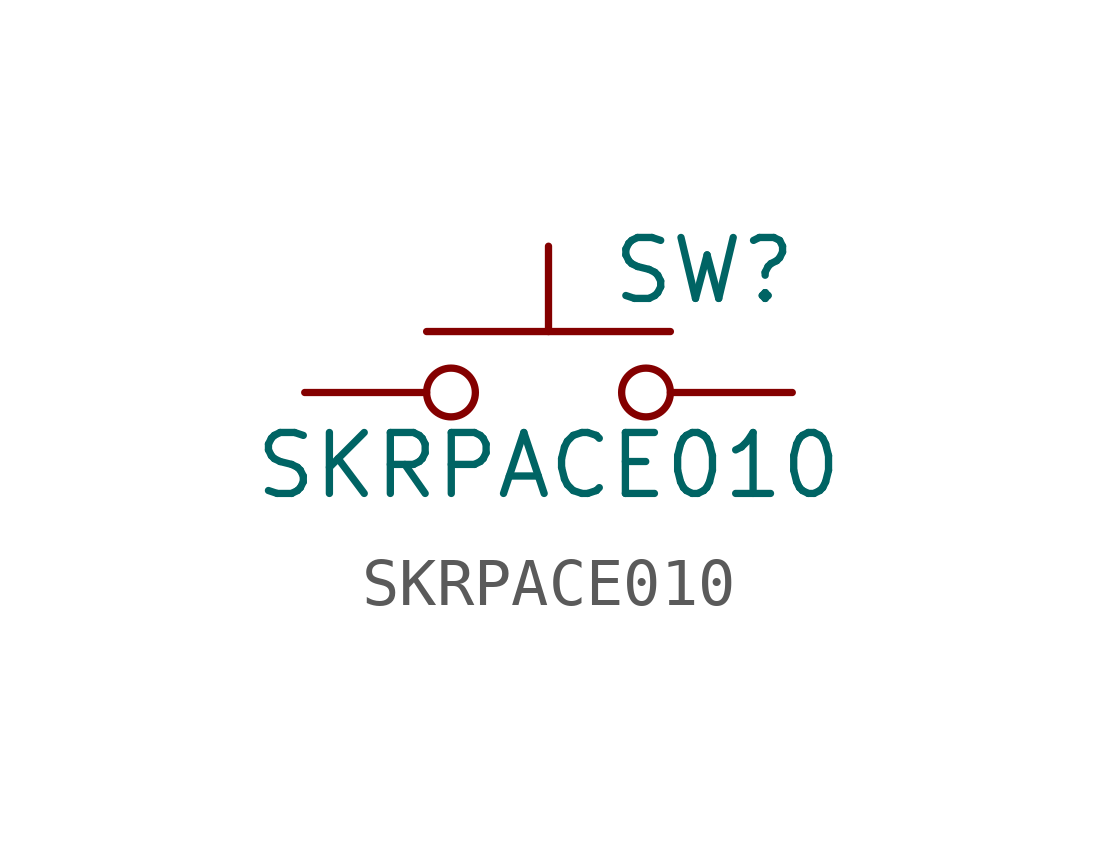
<source format=kicad_sym>
(kicad_symbol_lib
  (version 20241209)
  (generator "kicad_symbol_editor")
  (generator_version "9.0")
  (symbol "SKRPACE010"
    (pin_numbers
      (hide yes))
    (pin_names
      (offset 1.016)
      (hide yes))
    (property "Reference" "SW"
      (at 1.27 2.54 0)
      (effects (font (size 1.27 1.27)) (justify left)))
    (property "Value" "SKRPACE010"
      (at 0 -1.524 0)
      (effects (font (size 1.27 1.27))))
    (symbol "SKRPACE010_0_1"
      (circle (center -2.032 0) (radius 0.508) (stroke (width 0) (type default)) (fill (type none)))
      (polyline (pts (xy 0 1.27) (xy 0 3.048)) (stroke (width 0) (type default)) (fill (type none)))
      (circle (center 2.032 0) (radius 0.508) (stroke (width 0) (type default)) (fill (type none)))
      (polyline (pts (xy 2.54 1.27) (xy -2.54 1.27)) (stroke (width 0) (type default)) (fill (type none)))
      (pin passive line (at -5.08 0 0) (length 2.54) (name "1" (effects (font (size 1.27 1.27)))) (number "1" (effects (font (size 1.27 1.27)))))
      (pin passive line (at 5.08 0 180) (length 2.54) (name "2" (effects (font (size 1.27 1.27)))) (number "2" (effects (font (size 1.27 1.27))))))))
</source>
